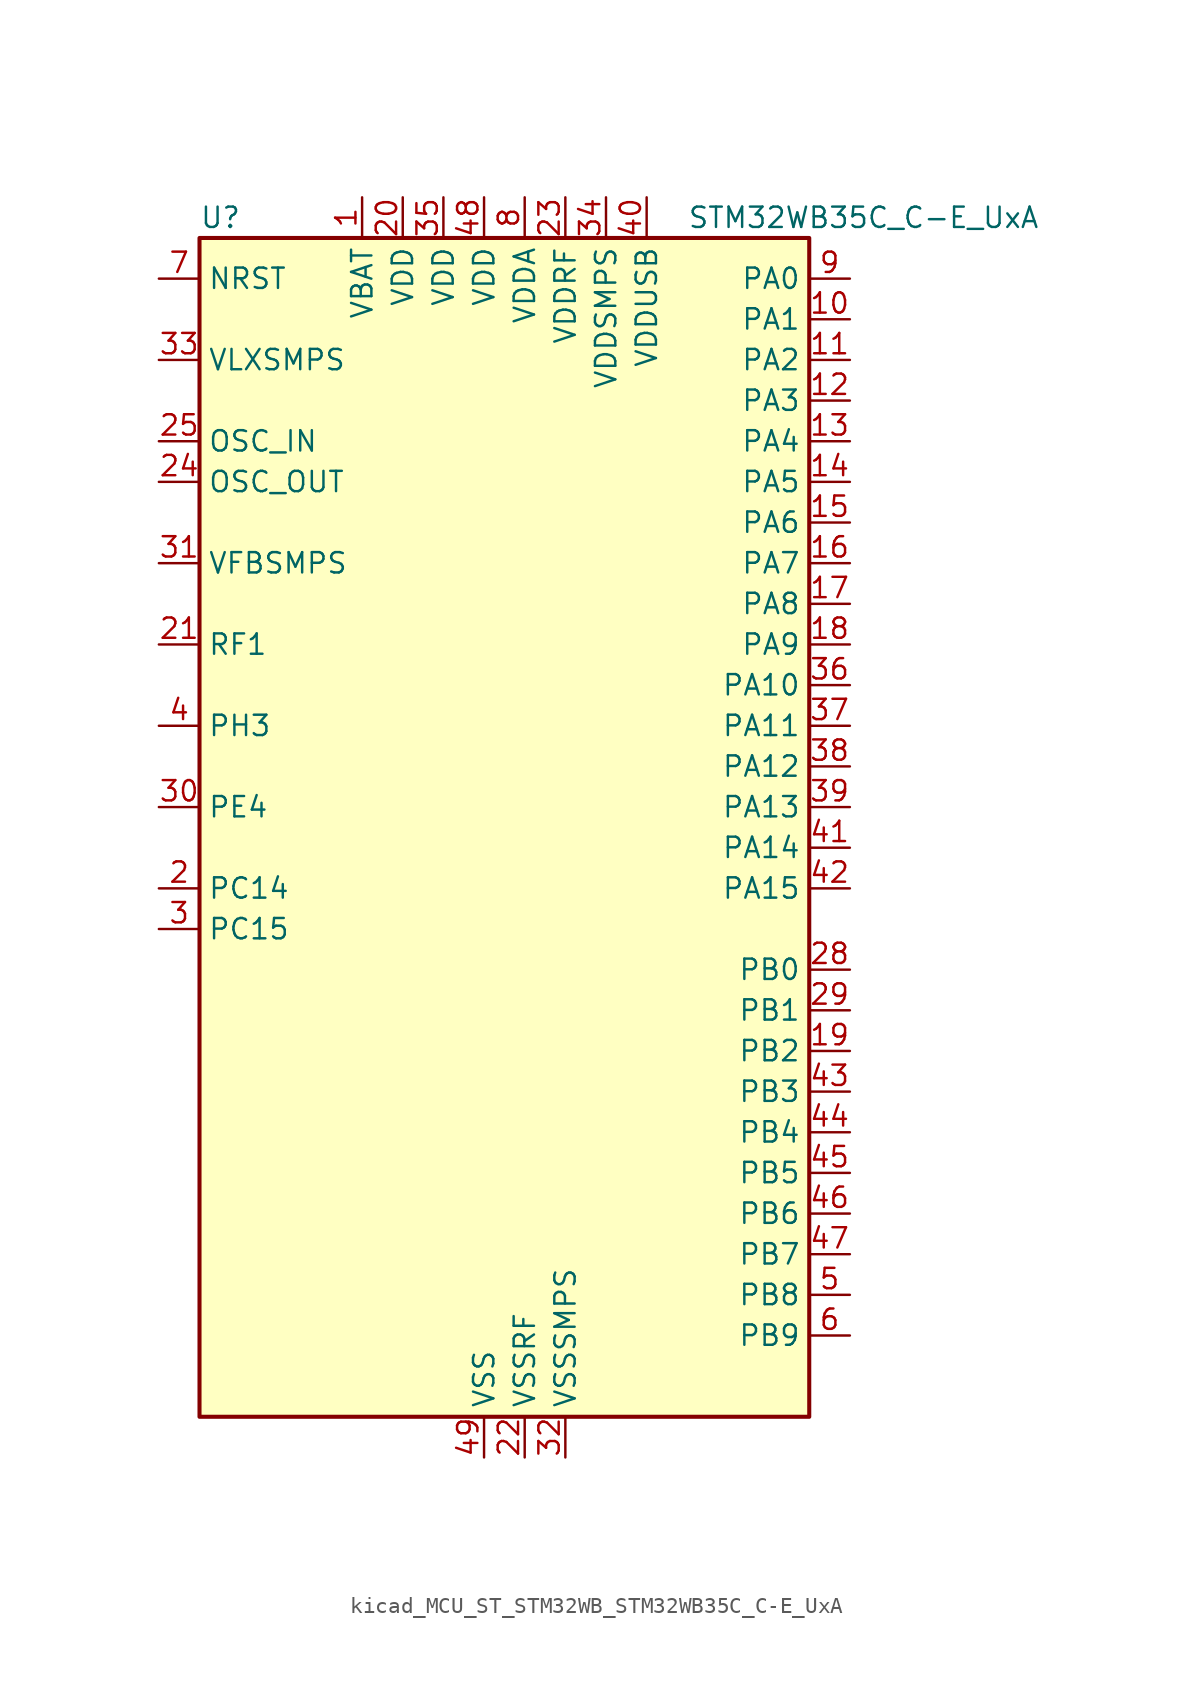
<source format=kicad_sym>
(kicad_symbol_lib
  (version 20220914)
  (generator kicad_symbol_editor)
  (symbol "kicad_MCU_ST_STM32WB_STM32WB35C_C-E_UxA"
    (property "Reference" "U"
      (at -17.78 39.37 0)
      (effects (font (size 1.27 1.27)) (justify left)))
    (property "Value" "STM32WB35C_C-E_UxA"
      (at 12.7 39.37 0)
      (effects (font (size 1.27 1.27)) (justify left)))
    (property "ki_locked" ""
      (at 0 0 0)
      (effects (font (size 1.27 1.27))))
    (symbol "kicad_MCU_ST_STM32WB_STM32WB35C_C-E_UxA_0_1"
      (rectangle (start -17.78 -35.56) (end 20.32 38.1) (stroke (width 0.254) (type default)) (fill (type background))))
    (symbol "kicad_MCU_ST_STM32WB_STM32WB35C_C-E_UxA_1_1"
      (pin power_in line (at -7.62 40.64 270) (length 2.54) (name "VBAT" (effects (font (size 1.27 1.27)))) (number "1" (effects (font (size 1.27 1.27)))))
      (pin bidirectional line (at 22.86 33.02 180) (length 2.54) (name "PA1" (effects (font (size 1.27 1.27)))) (number "10" (effects (font (size 1.27 1.27)))) (alternate "ADC1_IN6" bidirectional line) (alternate "COMP1_INP" bidirectional line) (alternate "I2C1_SMBA" bidirectional line) (alternate "SPI1_SCK" bidirectional line) (alternate "TIM2_CH2" bidirectional line))
      (pin bidirectional line (at 22.86 30.48 180) (length 2.54) (name "PA2" (effects (font (size 1.27 1.27)))) (number "11" (effects (font (size 1.27 1.27)))) (alternate "ADC1_IN7" bidirectional line) (alternate "COMP2_INM" bidirectional line) (alternate "COMP2_OUT" bidirectional line) (alternate "LPUART1_TX" bidirectional line) (alternate "QUADSPI_BK1_NCS" bidirectional line) (alternate "RCC_LSCO" bidirectional line) (alternate "SYS_WKUP4" bidirectional line) (alternate "TIM2_CH3" bidirectional line))
      (pin bidirectional line (at 22.86 27.94 180) (length 2.54) (name "PA3" (effects (font (size 1.27 1.27)))) (number "12" (effects (font (size 1.27 1.27)))) (alternate "ADC1_IN8" bidirectional line) (alternate "COMP2_INP" bidirectional line) (alternate "LPUART1_RX" bidirectional line) (alternate "QUADSPI_CLK" bidirectional line) (alternate "SAI1_CK1" bidirectional line) (alternate "SAI1_MCLK_A" bidirectional line) (alternate "TIM2_CH4" bidirectional line))
      (pin bidirectional line (at 22.86 25.4 180) (length 2.54) (name "PA4" (effects (font (size 1.27 1.27)))) (number "13" (effects (font (size 1.27 1.27)))) (alternate "ADC1_IN9" bidirectional line) (alternate "COMP1_INM" bidirectional line) (alternate "COMP2_INM" bidirectional line) (alternate "LPTIM2_OUT" bidirectional line) (alternate "SAI1_FS_B" bidirectional line) (alternate "SPI1_NSS" bidirectional line))
      (pin bidirectional line (at 22.86 22.86 180) (length 2.54) (name "PA5" (effects (font (size 1.27 1.27)))) (number "14" (effects (font (size 1.27 1.27)))) (alternate "ADC1_IN10" bidirectional line) (alternate "COMP1_INM" bidirectional line) (alternate "COMP2_INM" bidirectional line) (alternate "LPTIM2_ETR" bidirectional line) (alternate "SAI1_SD_B" bidirectional line) (alternate "SPI1_SCK" bidirectional line) (alternate "TIM2_CH1" bidirectional line) (alternate "TIM2_ETR" bidirectional line))
      (pin bidirectional line (at 22.86 20.32 180) (length 2.54) (name "PA6" (effects (font (size 1.27 1.27)))) (number "15" (effects (font (size 1.27 1.27)))) (alternate "ADC1_IN11" bidirectional line) (alternate "LPUART1_CTS" bidirectional line) (alternate "QUADSPI_BK1_IO3" bidirectional line) (alternate "SPI1_MISO" bidirectional line) (alternate "TIM16_CH1" bidirectional line) (alternate "TIM1_BKIN" bidirectional line))
      (pin bidirectional line (at 22.86 17.78 180) (length 2.54) (name "PA7" (effects (font (size 1.27 1.27)))) (number "16" (effects (font (size 1.27 1.27)))) (alternate "ADC1_IN12" bidirectional line) (alternate "COMP2_OUT" bidirectional line) (alternate "I2C3_SCL" bidirectional line) (alternate "QUADSPI_BK1_IO2" bidirectional line) (alternate "SPI1_MOSI" bidirectional line) (alternate "TIM17_CH1" bidirectional line) (alternate "TIM1_CH1N" bidirectional line))
      (pin bidirectional line (at 22.86 15.24 180) (length 2.54) (name "PA8" (effects (font (size 1.27 1.27)))) (number "17" (effects (font (size 1.27 1.27)))) (alternate "ADC1_IN15" bidirectional line) (alternate "LPTIM2_OUT" bidirectional line) (alternate "RCC_MCO" bidirectional line) (alternate "SAI1_CK2" bidirectional line) (alternate "SAI1_SCK_A" bidirectional line) (alternate "TIM1_CH1" bidirectional line) (alternate "USART1_CK" bidirectional line))
      (pin bidirectional line (at 22.86 12.7 180) (length 2.54) (name "PA9" (effects (font (size 1.27 1.27)))) (number "18" (effects (font (size 1.27 1.27)))) (alternate "ADC1_IN16" bidirectional line) (alternate "COMP1_INM" bidirectional line) (alternate "I2C1_SCL" bidirectional line) (alternate "SAI1_D2" bidirectional line) (alternate "SAI1_FS_A" bidirectional line) (alternate "TIM1_CH2" bidirectional line) (alternate "USART1_TX" bidirectional line))
      (pin bidirectional line (at 22.86 -12.7 180) (length 2.54) (name "PB2" (effects (font (size 1.27 1.27)))) (number "19" (effects (font (size 1.27 1.27)))) (alternate "COMP1_INP" bidirectional line) (alternate "I2C3_SMBA" bidirectional line) (alternate "LPTIM1_OUT" bidirectional line) (alternate "RTC_OUT2" bidirectional line) (alternate "SAI1_EXTCLK" bidirectional line) (alternate "SPI1_NSS" bidirectional line))
      (pin bidirectional line (at -20.32 -2.54 0) (length 2.54) (name "PC14" (effects (font (size 1.27 1.27)))) (number "2" (effects (font (size 1.27 1.27)))) (alternate "RCC_OSC32_IN" bidirectional line))
      (pin power_in line (at -5.08 40.64 270) (length 2.54) (name "VDD" (effects (font (size 1.27 1.27)))) (number "20" (effects (font (size 1.27 1.27)))))
      (pin bidirectional line (at -20.32 12.7 0) (length 2.54) (name "RF1" (effects (font (size 1.27 1.27)))) (number "21" (effects (font (size 1.27 1.27)))) (alternate "RF_RF1" bidirectional line))
      (pin power_in line (at 2.54 -38.1 90) (length 2.54) (name "VSSRF" (effects (font (size 1.27 1.27)))) (number "22" (effects (font (size 1.27 1.27)))))
      (pin power_in line (at 5.08 40.64 270) (length 2.54) (name "VDDRF" (effects (font (size 1.27 1.27)))) (number "23" (effects (font (size 1.27 1.27)))))
      (pin input line (at -20.32 22.86 0) (length 2.54) (name "OSC_OUT" (effects (font (size 1.27 1.27)))) (number "24" (effects (font (size 1.27 1.27)))) (alternate "RCC_OSC_OUT" bidirectional line))
      (pin input line (at -20.32 25.4 0) (length 2.54) (name "OSC_IN" (effects (font (size 1.27 1.27)))) (number "25" (effects (font (size 1.27 1.27)))) (alternate "RCC_OSC_IN" bidirectional line))
      (pin no_connect line (at -17.78 -35.56 0) (length 2.54) hide (name "AT0" (effects (font (size 1.27 1.27)))) (number "26" (effects (font (size 1.27 1.27)))))
      (pin no_connect line (at -17.78 -33.02 0) (length 2.54) hide (name "AT1" (effects (font (size 1.27 1.27)))) (number "27" (effects (font (size 1.27 1.27)))))
      (pin bidirectional line (at 22.86 -7.62 180) (length 2.54) (name "PB0" (effects (font (size 1.27 1.27)))) (number "28" (effects (font (size 1.27 1.27)))) (alternate "COMP1_OUT" bidirectional line) (alternate "RF_TX_MOD_EXT_PA" bidirectional line))
      (pin bidirectional line (at 22.86 -10.16 180) (length 2.54) (name "PB1" (effects (font (size 1.27 1.27)))) (number "29" (effects (font (size 1.27 1.27)))) (alternate "LPTIM2_IN1" bidirectional line) (alternate "LPUART1_DE" bidirectional line) (alternate "LPUART1_RTS" bidirectional line))
      (pin bidirectional line (at -20.32 -5.08 0) (length 2.54) (name "PC15" (effects (font (size 1.27 1.27)))) (number "3" (effects (font (size 1.27 1.27)))) (alternate "ADC1_EXTI15" bidirectional line) (alternate "RCC_OSC32_OUT" bidirectional line))
      (pin bidirectional line (at -20.32 2.54 0) (length 2.54) (name "PE4" (effects (font (size 1.27 1.27)))) (number "30" (effects (font (size 1.27 1.27)))))
      (pin input line (at -20.32 17.78 0) (length 2.54) (name "VFBSMPS" (effects (font (size 1.27 1.27)))) (number "31" (effects (font (size 1.27 1.27)))))
      (pin power_in line (at 5.08 -38.1 90) (length 2.54) (name "VSSSMPS" (effects (font (size 1.27 1.27)))) (number "32" (effects (font (size 1.27 1.27)))))
      (pin power_in line (at -20.32 30.48 0) (length 2.54) (name "VLXSMPS" (effects (font (size 1.27 1.27)))) (number "33" (effects (font (size 1.27 1.27)))))
      (pin power_in line (at 7.62 40.64 270) (length 2.54) (name "VDDSMPS" (effects (font (size 1.27 1.27)))) (number "34" (effects (font (size 1.27 1.27)))))
      (pin power_in line (at -2.54 40.64 270) (length 2.54) (name "VDD" (effects (font (size 1.27 1.27)))) (number "35" (effects (font (size 1.27 1.27)))))
      (pin bidirectional line (at 22.86 10.16 180) (length 2.54) (name "PA10" (effects (font (size 1.27 1.27)))) (number "36" (effects (font (size 1.27 1.27)))) (alternate "CRS_SYNC" bidirectional line) (alternate "I2C1_SDA" bidirectional line) (alternate "SAI1_D1" bidirectional line) (alternate "SAI1_SD_A" bidirectional line) (alternate "TIM17_BKIN" bidirectional line) (alternate "TIM1_CH3" bidirectional line) (alternate "USART1_RX" bidirectional line))
      (pin bidirectional line (at 22.86 7.62 180) (length 2.54) (name "PA11" (effects (font (size 1.27 1.27)))) (number "37" (effects (font (size 1.27 1.27)))) (alternate "ADC1_EXTI11" bidirectional line) (alternate "SPI1_MISO" bidirectional line) (alternate "TIM1_BKIN2" bidirectional line) (alternate "TIM1_CH4" bidirectional line) (alternate "USART1_CTS" bidirectional line) (alternate "USART1_NSS" bidirectional line) (alternate "USB_DM" bidirectional line))
      (pin bidirectional line (at 22.86 5.08 180) (length 2.54) (name "PA12" (effects (font (size 1.27 1.27)))) (number "38" (effects (font (size 1.27 1.27)))) (alternate "LPUART1_RX" bidirectional line) (alternate "SPI1_MOSI" bidirectional line) (alternate "TIM1_ETR" bidirectional line) (alternate "USART1_DE" bidirectional line) (alternate "USART1_RTS" bidirectional line) (alternate "USB_DP" bidirectional line))
      (pin bidirectional line (at 22.86 2.54 180) (length 2.54) (name "PA13" (effects (font (size 1.27 1.27)))) (number "39" (effects (font (size 1.27 1.27)))) (alternate "IR_OUT" bidirectional line) (alternate "SAI1_SD_B" bidirectional line) (alternate "SYS_JTMS-SWDIO" bidirectional line) (alternate "USB_NOE" bidirectional line))
      (pin bidirectional line (at -20.32 7.62 0) (length 2.54) (name "PH3" (effects (font (size 1.27 1.27)))) (number "4" (effects (font (size 1.27 1.27)))) (alternate "RCC_LSCO" bidirectional line))
      (pin power_in line (at 10.16 40.64 270) (length 2.54) (name "VDDUSB" (effects (font (size 1.27 1.27)))) (number "40" (effects (font (size 1.27 1.27)))))
      (pin bidirectional line (at 22.86 0 180) (length 2.54) (name "PA14" (effects (font (size 1.27 1.27)))) (number "41" (effects (font (size 1.27 1.27)))) (alternate "I2C1_SMBA" bidirectional line) (alternate "LPTIM1_OUT" bidirectional line) (alternate "SAI1_FS_B" bidirectional line) (alternate "SYS_JTCK-SWCLK" bidirectional line))
      (pin bidirectional line (at 22.86 -2.54 180) (length 2.54) (name "PA15" (effects (font (size 1.27 1.27)))) (number "42" (effects (font (size 1.27 1.27)))) (alternate "ADC1_EXTI15" bidirectional line) (alternate "RCC_MCO" bidirectional line) (alternate "SPI1_NSS" bidirectional line) (alternate "SYS_JTDI" bidirectional line) (alternate "TIM2_CH1" bidirectional line) (alternate "TIM2_ETR" bidirectional line))
      (pin bidirectional line (at 22.86 -15.24 180) (length 2.54) (name "PB3" (effects (font (size 1.27 1.27)))) (number "43" (effects (font (size 1.27 1.27)))) (alternate "COMP2_INM" bidirectional line) (alternate "SAI1_SCK_B" bidirectional line) (alternate "SPI1_SCK" bidirectional line) (alternate "SYS_JTDO-SWO" bidirectional line) (alternate "TIM2_CH2" bidirectional line) (alternate "USART1_DE" bidirectional line) (alternate "USART1_RTS" bidirectional line))
      (pin bidirectional line (at 22.86 -17.78 180) (length 2.54) (name "PB4" (effects (font (size 1.27 1.27)))) (number "44" (effects (font (size 1.27 1.27)))) (alternate "COMP2_INP" bidirectional line) (alternate "I2C3_SDA" bidirectional line) (alternate "SAI1_MCLK_B" bidirectional line) (alternate "SPI1_MISO" bidirectional line) (alternate "SYS_JTRST" bidirectional line) (alternate "TIM17_BKIN" bidirectional line) (alternate "USART1_CTS" bidirectional line) (alternate "USART1_NSS" bidirectional line))
      (pin bidirectional line (at 22.86 -20.32 180) (length 2.54) (name "PB5" (effects (font (size 1.27 1.27)))) (number "45" (effects (font (size 1.27 1.27)))) (alternate "COMP2_OUT" bidirectional line) (alternate "I2C1_SMBA" bidirectional line) (alternate "LPTIM1_IN1" bidirectional line) (alternate "LPUART1_TX" bidirectional line) (alternate "SAI1_SD_B" bidirectional line) (alternate "SPI1_MOSI" bidirectional line) (alternate "TIM16_BKIN" bidirectional line) (alternate "USART1_CK" bidirectional line))
      (pin bidirectional line (at 22.86 -22.86 180) (length 2.54) (name "PB6" (effects (font (size 1.27 1.27)))) (number "46" (effects (font (size 1.27 1.27)))) (alternate "COMP2_INP" bidirectional line) (alternate "I2C1_SCL" bidirectional line) (alternate "LPTIM1_ETR" bidirectional line) (alternate "RCC_MCO" bidirectional line) (alternate "SAI1_FS_B" bidirectional line) (alternate "TIM16_CH1N" bidirectional line) (alternate "USART1_TX" bidirectional line))
      (pin bidirectional line (at 22.86 -25.4 180) (length 2.54) (name "PB7" (effects (font (size 1.27 1.27)))) (number "47" (effects (font (size 1.27 1.27)))) (alternate "COMP2_INM" bidirectional line) (alternate "I2C1_SDA" bidirectional line) (alternate "LPTIM1_IN2" bidirectional line) (alternate "SYS_PVD_IN" bidirectional line) (alternate "TIM17_CH1N" bidirectional line) (alternate "TIM1_BKIN" bidirectional line) (alternate "USART1_RX" bidirectional line))
      (pin power_in line (at 0 40.64 270) (length 2.54) (name "VDD" (effects (font (size 1.27 1.27)))) (number "48" (effects (font (size 1.27 1.27)))))
      (pin power_in line (at 0 -38.1 90) (length 2.54) (name "VSS" (effects (font (size 1.27 1.27)))) (number "49" (effects (font (size 1.27 1.27)))))
      (pin bidirectional line (at 22.86 -27.94 180) (length 2.54) (name "PB8" (effects (font (size 1.27 1.27)))) (number "5" (effects (font (size 1.27 1.27)))) (alternate "I2C1_SCL" bidirectional line) (alternate "QUADSPI_BK1_IO1" bidirectional line) (alternate "SAI1_CK1" bidirectional line) (alternate "SAI1_MCLK_A" bidirectional line) (alternate "TIM16_CH1" bidirectional line) (alternate "TIM1_CH2N" bidirectional line))
      (pin bidirectional line (at 22.86 -30.48 180) (length 2.54) (name "PB9" (effects (font (size 1.27 1.27)))) (number "6" (effects (font (size 1.27 1.27)))) (alternate "I2C1_SDA" bidirectional line) (alternate "IR_OUT" bidirectional line) (alternate "QUADSPI_BK1_IO0" bidirectional line) (alternate "SAI1_D2" bidirectional line) (alternate "SAI1_FS_A" bidirectional line) (alternate "TIM17_CH1" bidirectional line) (alternate "TIM1_CH3N" bidirectional line))
      (pin input line (at -20.32 35.56 0) (length 2.54) (name "NRST" (effects (font (size 1.27 1.27)))) (number "7" (effects (font (size 1.27 1.27)))))
      (pin power_in line (at 2.54 40.64 270) (length 2.54) (name "VDDA" (effects (font (size 1.27 1.27)))) (number "8" (effects (font (size 1.27 1.27)))))
      (pin bidirectional line (at 22.86 35.56 180) (length 2.54) (name "PA0" (effects (font (size 1.27 1.27)))) (number "9" (effects (font (size 1.27 1.27)))) (alternate "ADC1_IN5" bidirectional line) (alternate "COMP1_INM" bidirectional line) (alternate "COMP1_OUT" bidirectional line) (alternate "RTC_TAMP2" bidirectional line) (alternate "SAI1_EXTCLK" bidirectional line) (alternate "SYS_WKUP1" bidirectional line) (alternate "TIM2_CH1" bidirectional line) (alternate "TIM2_ETR" bidirectional line)))))
</source>
